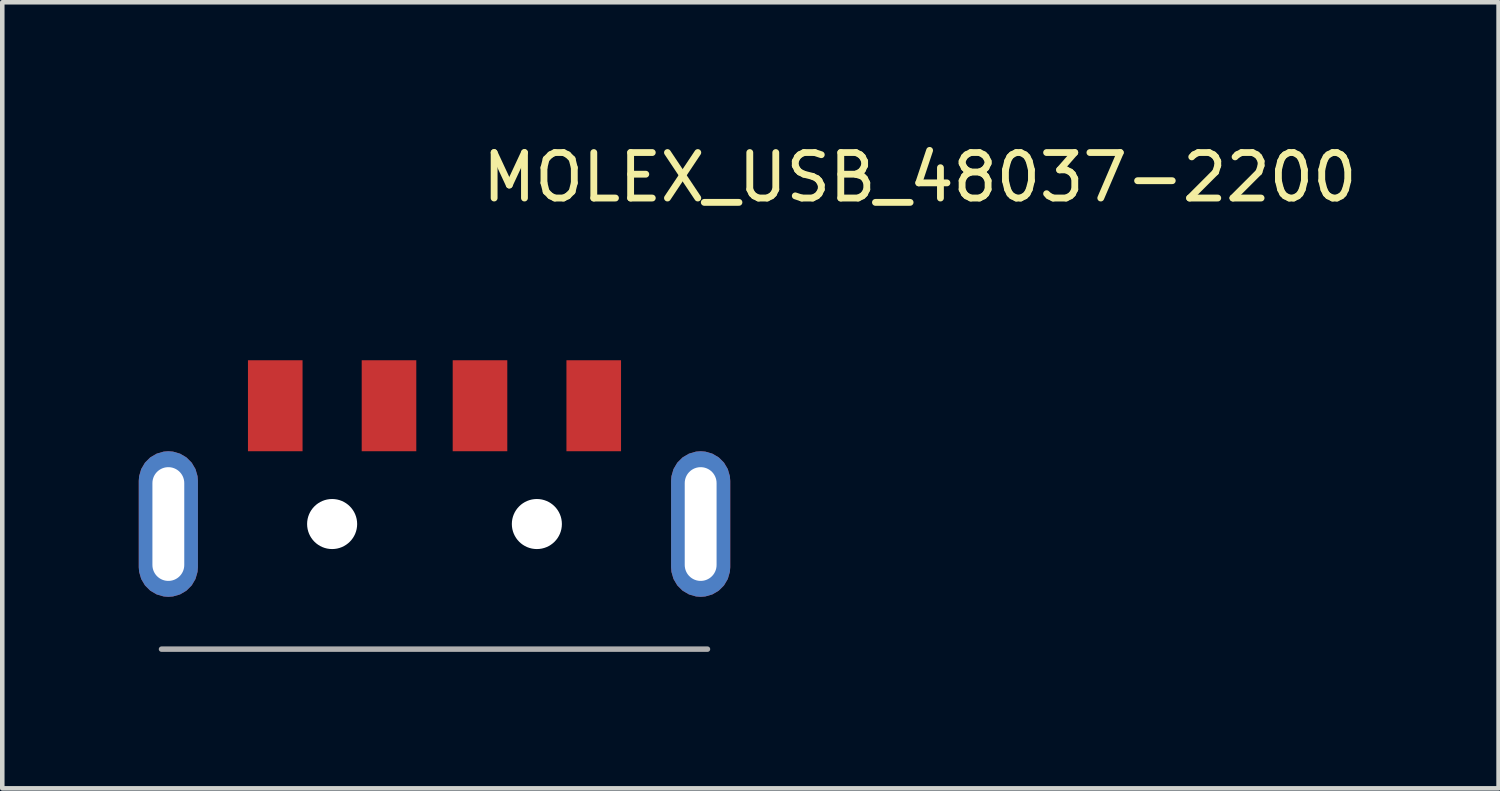
<source format=kicad_pcb>
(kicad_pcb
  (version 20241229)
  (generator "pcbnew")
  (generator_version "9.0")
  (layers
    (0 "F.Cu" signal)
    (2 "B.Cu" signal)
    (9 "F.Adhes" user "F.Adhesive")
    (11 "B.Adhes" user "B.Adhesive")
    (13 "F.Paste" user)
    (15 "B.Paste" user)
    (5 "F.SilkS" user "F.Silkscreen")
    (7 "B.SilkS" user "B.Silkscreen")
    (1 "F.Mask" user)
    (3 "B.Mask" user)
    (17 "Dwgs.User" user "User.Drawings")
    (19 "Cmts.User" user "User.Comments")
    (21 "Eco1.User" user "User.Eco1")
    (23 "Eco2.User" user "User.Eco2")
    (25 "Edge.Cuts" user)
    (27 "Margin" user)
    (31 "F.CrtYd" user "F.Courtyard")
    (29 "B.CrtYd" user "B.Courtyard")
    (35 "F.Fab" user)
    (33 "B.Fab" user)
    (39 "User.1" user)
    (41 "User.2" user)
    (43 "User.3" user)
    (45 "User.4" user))
  (footprint "MOLEX_USB_48037-2200"
    (layer "F.Cu")
    (at 6.5 8.468)
    (property "Reference" "MOLEX_USB_48037-2200" (at 10.668 -7.62 0) (layer "F.SilkS") (effects (font (size 1 1) (thickness 0.15))))
    (attr smd)
    (fp_line (start -6 2.75) (end 6 2.75) (stroke (width 0.12) (type solid)) (layer "F.Fab"))
    (pad "" np_thru_hole circle (at -2.25 0) (size 1.1 1.1) (drill 1.1) (layers "*.Cu" "*.Mask"))
    (pad "" np_thru_hole circle (at 2.25 0) (size 1.1 1.1) (drill 1.1) (layers "*.Cu" "*.Mask"))
    (pad "1" smd rect (at 3.5 -2.6) (size 1.2 2) (layers "F.Cu" "F.Mask" "F.Paste"))
    (pad "2" smd rect (at 1 -2.6) (size 1.2 2) (layers "F.Cu" "F.Mask" "F.Paste"))
    (pad "3" smd rect (at -1 -2.6) (size 1.2 2) (layers "F.Cu" "F.Mask" "F.Paste"))
    (pad "4" smd rect (at -3.5 -2.6) (size 1.2 2) (layers "F.Cu" "F.Mask" "F.Paste"))
    (pad "5" thru_hole roundrect (at -5.85 0) (size 1.3 3.2) (drill oval 0.7 2.5) (layers "*.Cu" "*.Mask") (roundrect_rratio 0.5))
    (pad "5" thru_hole roundrect (at 5.85 0) (size 1.3 3.2) (drill oval 0.7 2.5) (layers "*.Cu" "*.Mask") (roundrect_rratio 0.5)))
  (gr_rect
    (start -3 -3)
    (end 29.888 14.278)
    (stroke (width 0.1) (type default))
    (fill no)
    (layer "Edge.Cuts")))
</source>
